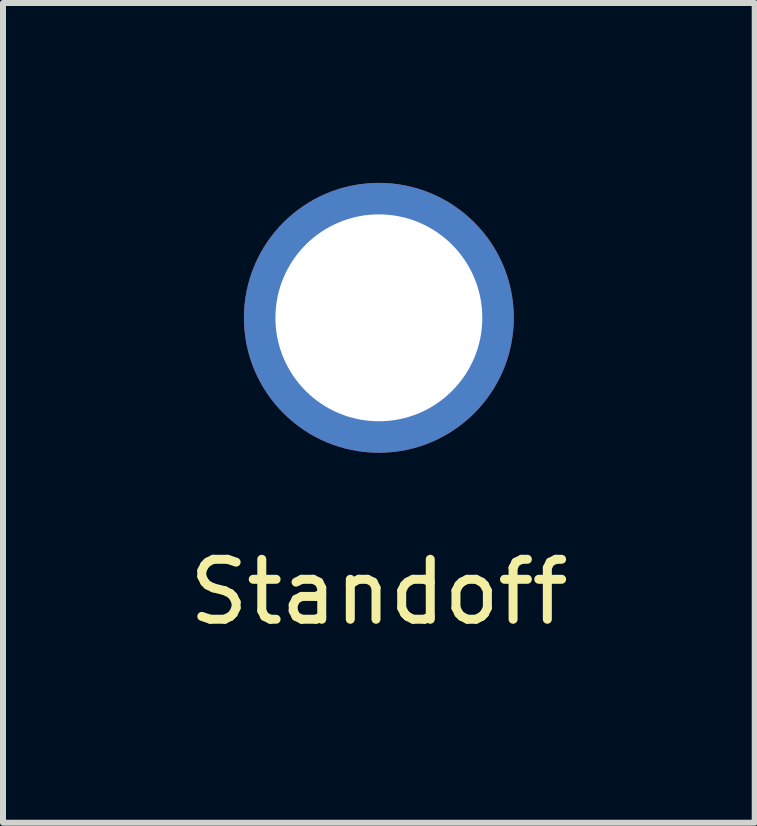
<source format=kicad_pcb>
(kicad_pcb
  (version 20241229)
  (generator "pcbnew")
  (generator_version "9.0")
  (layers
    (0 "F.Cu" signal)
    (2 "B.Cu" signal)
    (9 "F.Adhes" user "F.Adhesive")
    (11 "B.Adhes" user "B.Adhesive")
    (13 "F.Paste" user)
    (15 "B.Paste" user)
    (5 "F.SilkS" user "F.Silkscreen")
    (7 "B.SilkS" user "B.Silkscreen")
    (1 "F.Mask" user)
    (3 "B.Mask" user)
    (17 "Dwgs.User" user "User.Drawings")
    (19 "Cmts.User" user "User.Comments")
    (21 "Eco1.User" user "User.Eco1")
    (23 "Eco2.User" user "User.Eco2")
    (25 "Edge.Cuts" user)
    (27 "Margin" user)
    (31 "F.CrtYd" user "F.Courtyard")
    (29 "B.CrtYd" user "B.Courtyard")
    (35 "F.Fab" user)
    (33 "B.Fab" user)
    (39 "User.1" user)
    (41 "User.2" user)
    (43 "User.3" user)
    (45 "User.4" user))
  (footprint "Standoff"
    (layer "F.Cu")
    (at 3.268 2.25)
    (property "Reference" "Standoff" (at 0 4.572 0) (layer "F.SilkS") (effects (font (size 1 1) (thickness 0.15))))
    (attr through_hole)
    (pad "1" thru_hole circle (at 0 0) (size 4.5 4.5) (drill 3.45) (layers "*.Cu" "*.Mask")))
  (gr_rect
    (start -3 -3)
    (end 9.536 10.67)
    (stroke (width 0.1) (type default))
    (fill no)
    (layer "Edge.Cuts")))
</source>
